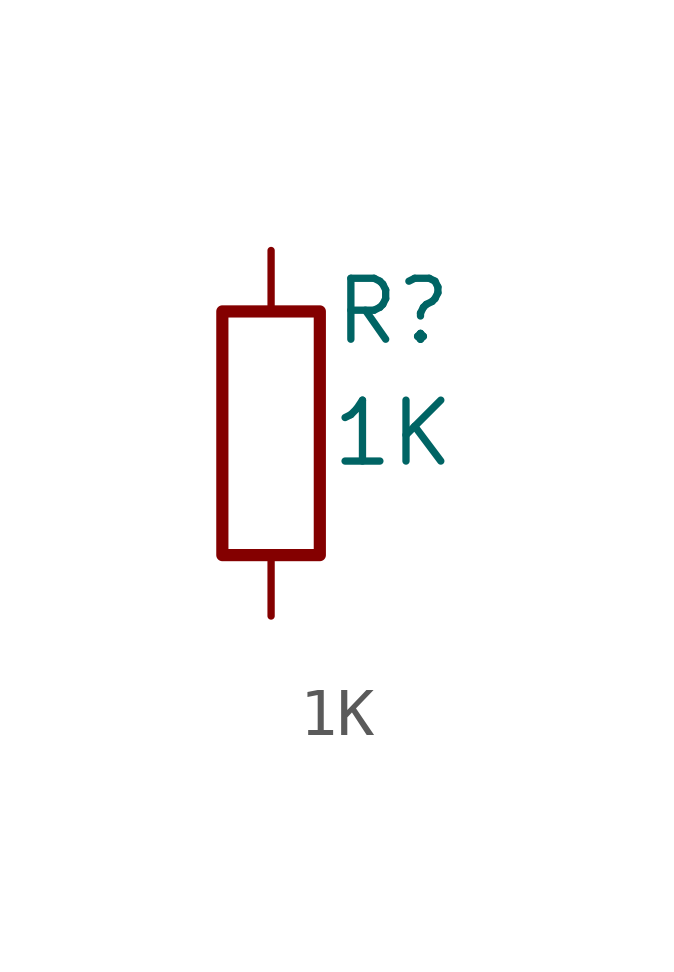
<source format=kicad_sym>
(kicad_symbol_lib
  (version 20211014)
  (generator kicad_symbol_editor)
  (symbol "1K"
    (pin_numbers hide)
    (pin_names
      (offset 0) hide)
    (property "Reference" "R"
      (at 2.54 2.54 0)
      (effects (font (size 1.27 1.27))))
    (property "Value" "1K"
      (at 2.54 0 0)
      (effects (font (size 1.27 1.27))))
    (symbol "1K_1_1"
      (rectangle (start -1.016 -2.54) (end 1.016 2.54) (stroke (width 0.254) (type default) (color 0 0 0 0)) (fill (type none)))
      (pin passive line (at 0 3.81 270) (length 1.27) (name "~" (effects (font (size 1.27 1.27)))) (number "1" (effects (font (size 1.27 1.27)))))
      (pin passive line (at 0 -3.81 90) (length 1.27) (name "~" (effects (font (size 1.27 1.27)))) (number "2" (effects (font (size 1.27 1.27))))))))
</source>
